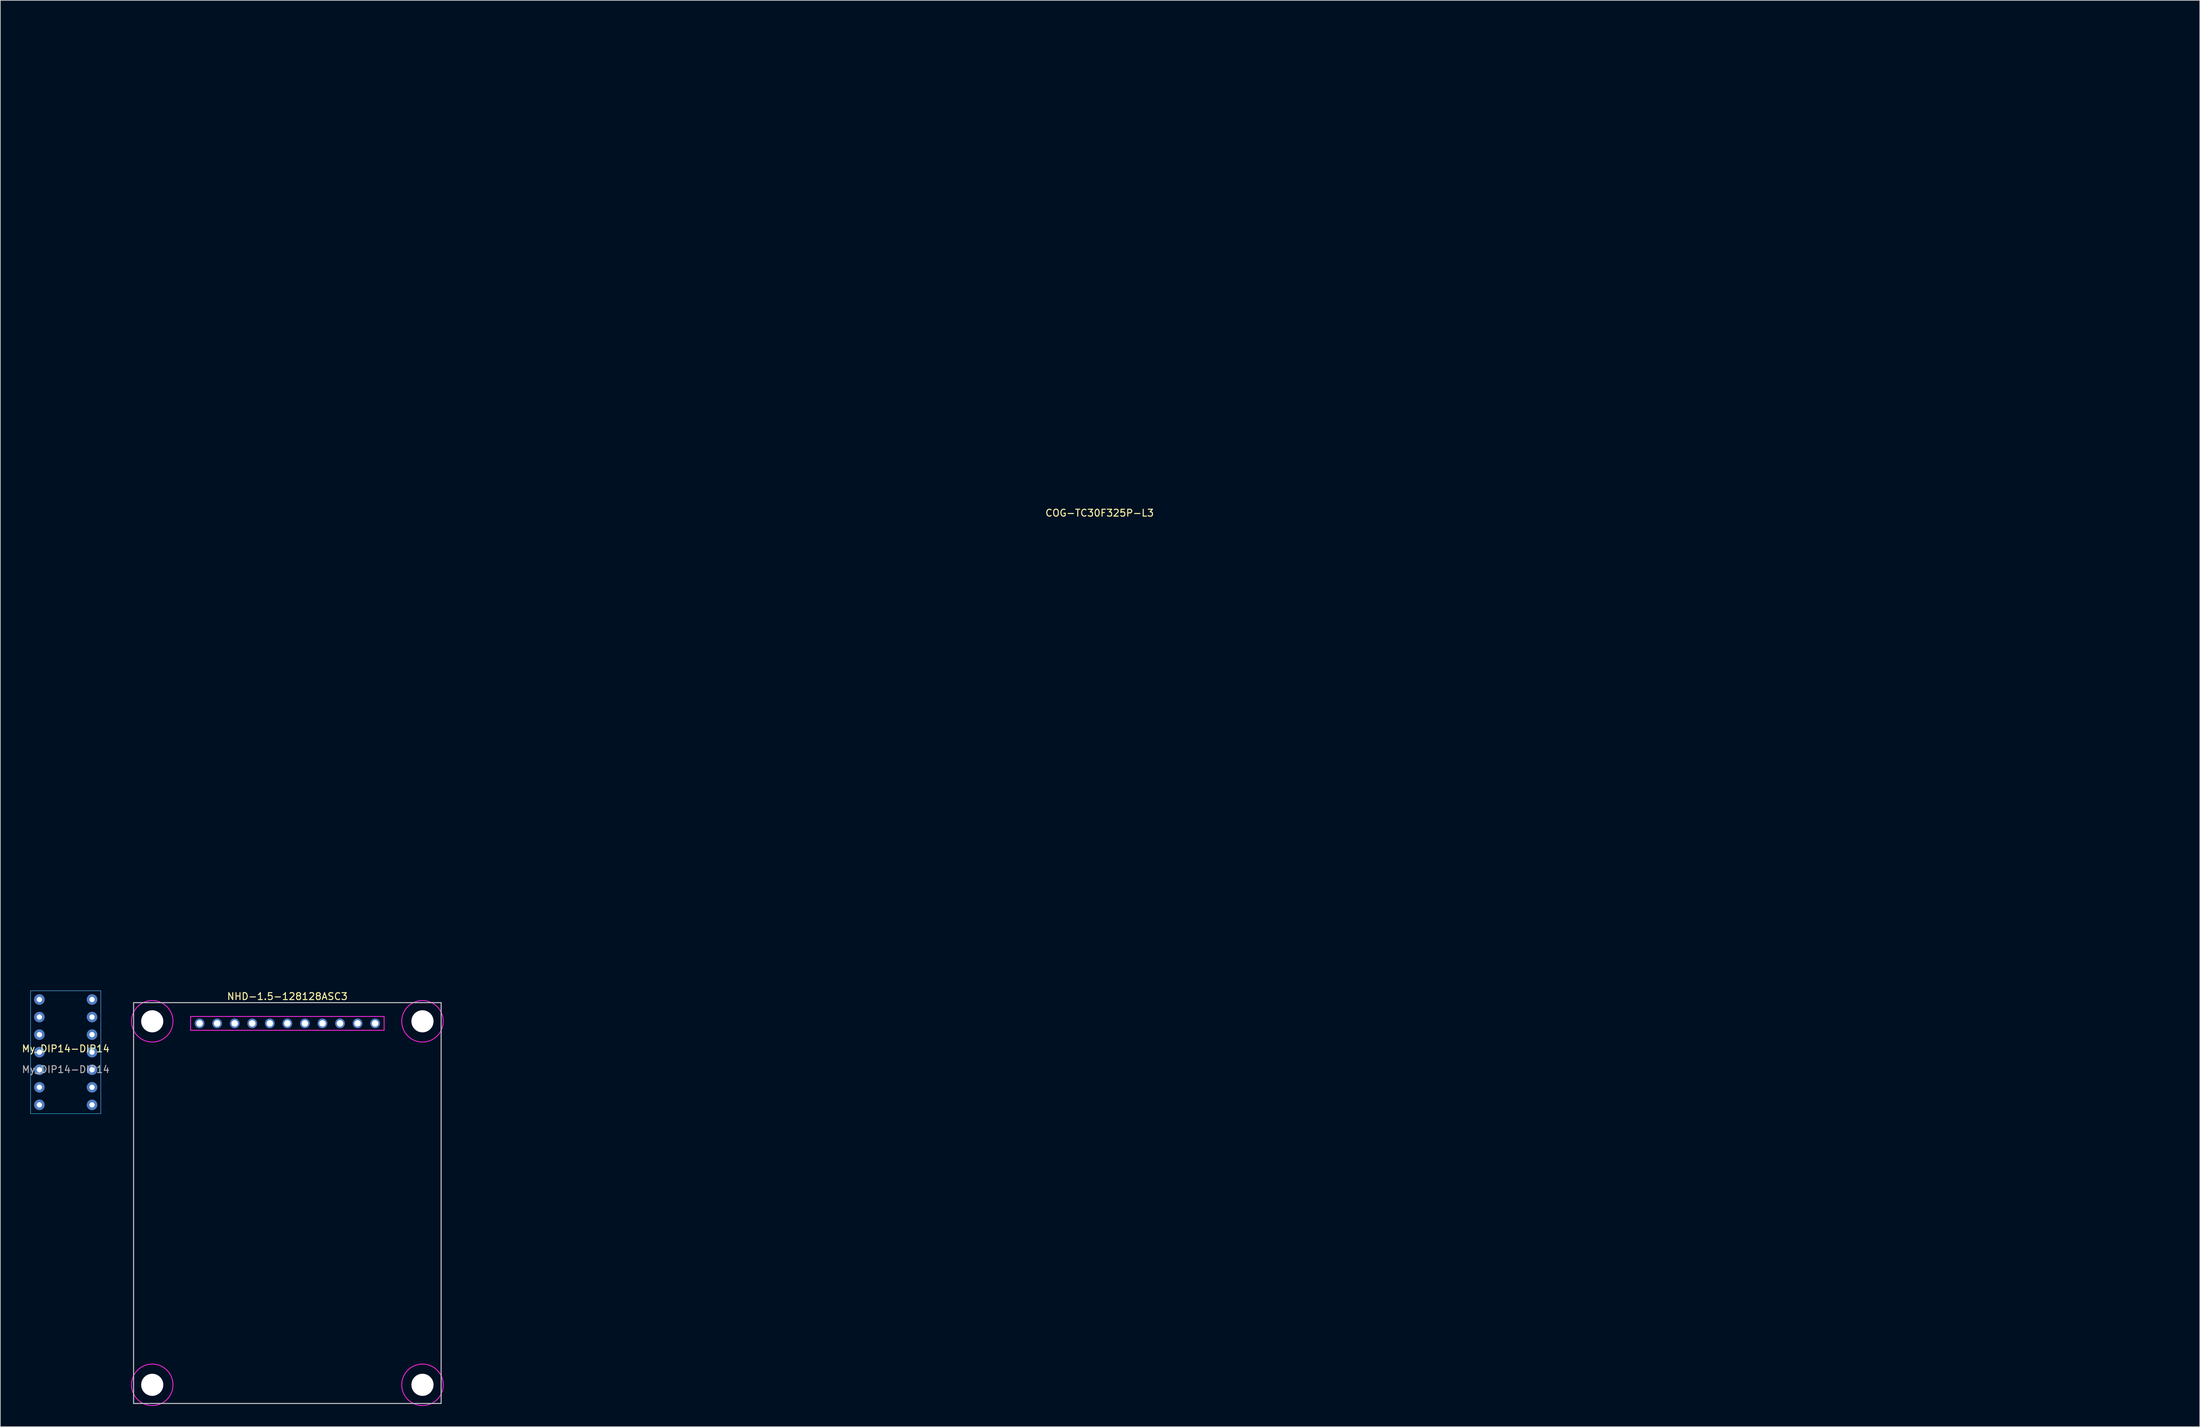
<source format=kicad_pcb>
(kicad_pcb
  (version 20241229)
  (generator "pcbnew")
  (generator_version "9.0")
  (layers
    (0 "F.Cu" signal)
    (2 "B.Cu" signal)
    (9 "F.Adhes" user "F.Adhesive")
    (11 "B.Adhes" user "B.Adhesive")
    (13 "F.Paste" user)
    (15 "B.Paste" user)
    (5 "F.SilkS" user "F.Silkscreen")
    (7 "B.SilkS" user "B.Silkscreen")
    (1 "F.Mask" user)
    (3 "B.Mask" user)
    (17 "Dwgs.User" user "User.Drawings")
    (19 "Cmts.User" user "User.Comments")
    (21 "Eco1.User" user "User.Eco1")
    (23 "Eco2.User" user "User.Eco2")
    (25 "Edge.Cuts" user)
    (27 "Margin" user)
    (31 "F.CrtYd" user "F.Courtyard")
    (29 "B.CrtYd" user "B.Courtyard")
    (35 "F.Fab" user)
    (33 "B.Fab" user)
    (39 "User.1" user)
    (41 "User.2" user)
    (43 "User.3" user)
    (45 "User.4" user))
  (footprint "My_DIP14-DIP14"
    (layer "F.Cu")
    (at 6.458 149.199)
    (property "Reference" "My_DIP14-DIP14" (at 0 -0.5 0) (unlocked yes) (layer "F.SilkS") (effects (font (size 1 1) (thickness 0.15))))
    (attr through_hole)
    (fp_line (start -5.08 -8.89) (end -5.08 8.89) (stroke (width 0.05) (type solid)) (layer "B.CrtYd"))
    (fp_line (start -5.08 -8.89) (end 5.08 -8.89) (stroke (width 0.05) (type solid)) (layer "B.CrtYd"))
    (fp_line (start -5.08 8.89) (end 5.08 8.89) (stroke (width 0.05) (type solid)) (layer "B.CrtYd"))
    (fp_line (start 5.08 8.89) (end 5.08 -8.89) (stroke (width 0.05) (type solid)) (layer "B.CrtYd"))
    (fp_line (start -5.08 -8.89) (end 5.08 -8.89) (stroke (width 0.05) (type solid)) (layer "F.CrtYd"))
    (fp_line (start -5.08 8.89) (end -5.08 -8.89) (stroke (width 0.05) (type solid)) (layer "F.CrtYd"))
    (fp_line (start 5.08 -8.89) (end 5.08 8.89) (stroke (width 0.05) (type solid)) (layer "F.CrtYd"))
    (fp_line (start 5.08 8.89) (end -5.08 8.89) (stroke (width 0.05) (type solid)) (layer "F.CrtYd"))
    (fp_text user "${REFERENCE}" (at 0 2.5 0) (unlocked yes) (layer "F.Fab") (effects (font (size 1 1) (thickness 0.15))))
    (pad "1" thru_hole circle (at -3.81 -7.62) (size 1.524 1.524) (drill 0.762) (layers "*.Cu" "*.Mask"))
    (pad "2" thru_hole circle (at -3.81 -5.08) (size 1.524 1.524) (drill 0.762) (layers "*.Cu" "*.Mask"))
    (pad "3" thru_hole circle (at -3.81 -2.54) (size 1.524 1.524) (drill 0.762) (layers "*.Cu" "*.Mask"))
    (pad "4" thru_hole circle (at -3.81 0) (size 1.524 1.524) (drill 0.762) (layers "*.Cu" "*.Mask"))
    (pad "5" thru_hole circle (at -3.81 2.54) (size 1.524 1.524) (drill 0.762) (layers "*.Cu" "*.Mask"))
    (pad "6" thru_hole circle (at -3.81 5.08) (size 1.524 1.524) (drill 0.762) (layers "*.Cu" "*.Mask"))
    (pad "7" thru_hole circle (at -3.81 7.62) (size 1.524 1.524) (drill 0.762) (layers "*.Cu" "*.Mask"))
    (pad "8" thru_hole circle (at 3.81 7.62) (size 1.524 1.524) (drill 0.762) (layers "*.Cu" "*.Mask"))
    (pad "9" thru_hole circle (at 3.81 5.08) (size 1.524 1.524) (drill 0.762) (layers "*.Cu" "*.Mask"))
    (pad "10" thru_hole circle (at 3.81 2.54) (size 1.524 1.524) (drill 0.762) (layers "*.Cu" "*.Mask"))
    (pad "11" thru_hole circle (at 3.81 0) (size 1.524 1.524) (drill 0.762) (layers "*.Cu" "*.Mask"))
    (pad "12" thru_hole circle (at 3.81 -2.54) (size 1.524 1.524) (drill 0.762) (layers "*.Cu" "*.Mask"))
    (pad "13" thru_hole circle (at 3.81 -5.08) (size 1.524 1.524) (drill 0.762) (layers "*.Cu" "*.Mask"))
    (pad "14" thru_hole circle (at 3.81 -7.62) (size 1.524 1.524) (drill 0.762) (layers "*.Cu" "*.Mask")))
  (footprint "NHD-1.5-128128ASC3"
    (layer "F.Cu")
    (at 38.527 171.032)
    (property "Reference" "NHD-1.5-128128ASC3" (at 0 -29.9 0) (layer "F.SilkS") (effects (font (size 1 1) (thickness 0.15))))
    (attr exclude_from_pos_files exclude_from_bom)
    (fp_line (start -22.25 -29) (end 22.25 -29) (stroke (width 0.15) (type solid)) (layer "Dwgs.User"))
    (fp_line (start -22.25 29) (end -22.25 -29) (stroke (width 0.15) (type solid)) (layer "Dwgs.User"))
    (fp_line (start 22.25 -29) (end 22.25 29) (stroke (width 0.15) (type solid)) (layer "Dwgs.User"))
    (fp_line (start 22.25 29) (end -22.25 29) (stroke (width 0.15) (type solid)) (layer "Dwgs.User"))
    (fp_line (start -14 -27) (end -14 -25) (stroke (width 0.12) (type solid)) (layer "F.CrtYd"))
    (fp_line (start -14 -25) (end 14 -25) (stroke (width 0.12) (type solid)) (layer "F.CrtYd"))
    (fp_line (start 14 -27) (end -14 -27) (stroke (width 0.12) (type solid)) (layer "F.CrtYd"))
    (fp_line (start 14 -25) (end 14 -27) (stroke (width 0.12) (type solid)) (layer "F.CrtYd"))
    (fp_circle (center -19.55 -26.3) (end -16.55 -26.3) (stroke (width 0.12) (type solid)) (fill no) (layer "F.CrtYd"))
    (fp_circle (center -19.55 26.3) (end -16.55 26.3) (stroke (width 0.12) (type solid)) (fill no) (layer "F.CrtYd"))
    (fp_circle (center 19.55 -26.3) (end 22.55 -26.3) (stroke (width 0.12) (type solid)) (fill no) (layer "F.CrtYd"))
    (fp_circle (center 19.55 26.3) (end 22.55 26.3) (stroke (width 0.12) (type solid)) (fill no) (layer "F.CrtYd"))
    (pad "" np_thru_hole circle (at -19.55 -26.3) (size 3.2 3.2) (drill 3.2) (layers "*.Cu" "*.Mask"))
    (pad "" np_thru_hole circle (at -19.55 26.3) (size 3.2 3.2) (drill 3.2) (layers "*.Cu" "*.Mask"))
    (pad "" np_thru_hole circle (at 19.55 -26.3) (size 3.2 3.2) (drill 3.2) (layers "*.Cu" "*.Mask"))
    (pad "" np_thru_hole circle (at 19.55 26.3) (size 3.2 3.2) (drill 3.2) (layers "*.Cu" "*.Mask"))
    (pad "1" thru_hole circle (at -12.7 -26) (size 1.41 1.41) (drill 0.94) (layers "*.Cu" "*.Mask"))
    (pad "2" thru_hole circle (at -10.16 -26) (size 1.41 1.41) (drill 0.94) (layers "*.Cu" "*.Mask"))
    (pad "3" thru_hole circle (at -7.62 -26) (size 1.41 1.41) (drill 0.94) (layers "*.Cu" "*.Mask"))
    (pad "4" thru_hole circle (at -5.08 -26) (size 1.41 1.41) (drill 0.94) (layers "*.Cu" "*.Mask"))
    (pad "5" thru_hole circle (at -2.54 -26) (size 1.41 1.41) (drill 0.94) (layers "*.Cu" "*.Mask"))
    (pad "6" thru_hole circle (at 0 -26) (size 1.41 1.41) (drill 0.94) (layers "*.Cu" "*.Mask"))
    (pad "7" thru_hole circle (at 2.54 -26) (size 1.41 1.41) (drill 0.94) (layers "*.Cu" "*.Mask"))
    (pad "8" thru_hole circle (at 5.08 -26) (size 1.41 1.41) (drill 0.94) (layers "*.Cu" "*.Mask"))
    (pad "9" thru_hole circle (at 7.62 -26) (size 1.41 1.41) (drill 0.94) (layers "*.Cu" "*.Mask"))
    (pad "10" thru_hole circle (at 10.16 -26) (size 1.41 1.41) (drill 0.94) (layers "*.Cu" "*.Mask"))
    (pad "11" thru_hole circle (at 12.7 -26) (size 1.41 1.41) (drill 0.94) (layers "*.Cu" "*.Mask")))
  (footprint "COG-TC30F325P-L3"
    (layer "F.Cu")
    (at 156.05 70.68)
    (property "Reference" "COG-TC30F325P-L3" (at 0 0.5 0) (layer "F.SilkS") (effects (font (size 1 1) (thickness 0.15))))
    (attr exclude_from_pos_files exclude_from_bom)
    (fp_line (start -153.116 -60.856) (end -153.116 65.544) (stroke (width 0.12) (type solid)) (layer "Eco2.User"))
    (fp_line (start -147.016 -55.756) (end -147.016 55.756) (stroke (width 0.12) (type solid)) (layer "Eco2.User"))
    (fp_line (start -147.016 -55.756) (end 147.016 -55.756) (stroke (width 0.12) (type solid)) (layer "Eco2.User"))
    (fp_line (start -147.016 55.756) (end 147.016 55.756) (stroke (width 0.12) (type solid)) (layer "Eco2.User"))
    (fp_line (start -146.016 -54.756) (end 146.016 -54.756) (stroke (width 0.12) (type solid)) (layer "Eco2.User"))
    (fp_line (start -146.016 54.756) (end -146.016 -54.756) (stroke (width 0.12) (type solid)) (layer "Eco2.User"))
    (fp_line (start -146.016 54.756) (end 146.016 54.756) (stroke (width 0.12) (type solid)) (layer "Eco2.User"))
    (fp_line (start 75.116 17.744) (end 75.116 24.944) (stroke (width 0.12) (type solid)) (layer "Eco2.User"))
    (fp_line (start 92.6 9.5) (end 92.6 14) (stroke (width 0.5) (type solid)) (layer "Eco2.User"))
    (fp_line (start 92.6 14) (end 91.5 12.9) (stroke (width 0.5) (type solid)) (layer "Eco2.User"))
    (fp_line (start 93.7 12.9) (end 92.6 14) (stroke (width 0.5) (type solid)) (layer "Eco2.User"))
    (fp_line (start 110.116 17.744) (end 75.116 17.744) (stroke (width 0.12) (type solid)) (layer "Eco2.User"))
    (fp_line (start 110.116 17.744) (end 110.116 24.944) (stroke (width 0.12) (type solid)) (layer "Eco2.User"))
    (fp_line (start 110.116 24.944) (end 75.116 24.944) (stroke (width 0.12) (type solid)) (layer "Eco2.User"))
    (fp_line (start 146.016 54.756) (end 146.016 -54.756) (stroke (width 0.12) (type solid)) (layer "Eco2.User"))
    (fp_line (start 147.016 -55.756) (end 147.016 55.756) (stroke (width 0.12) (type solid)) (layer "Eco2.User"))
    (fp_line (start 155.116 -60.856) (end -153.116 -60.856) (stroke (width 0.12) (type solid)) (layer "Eco2.User"))
    (fp_line (start 155.116 -60.856) (end 155.116 65.544) (stroke (width 0.12) (type solid)) (layer "Eco2.User"))
    (fp_line (start 155.116 65.544) (end -153.116 65.544) (stroke (width 0.12) (type solid)) (layer "Eco2.User"))
    (fp_circle (center -153.116 -60.856) (end -154.116 -60.856) (stroke (width 0.12) (type solid)) (fill no) (layer "Eco2.User"))
    (fp_circle (center -153.116 65.544) (end -154.116 65.544) (stroke (width 0.12) (type solid)) (fill no) (layer "Eco2.User"))
    (fp_circle (center -147.016 -55.756) (end -148.016 -55.756) (stroke (width 0.12) (type solid)) (fill no) (layer "Eco2.User"))
    (fp_circle (center -147.016 55.756) (end -148.016 55.756) (stroke (width 0.12) (type solid)) (fill no) (layer "Eco2.User"))
    (fp_circle (center -146.016 -54.756) (end -147.016 -54.756) (stroke (width 0.12) (type solid)) (fill no) (layer "Eco2.User"))
    (fp_circle (center -146.016 54.756) (end -147.016 54.756) (stroke (width 0.12) (type solid)) (fill no) (layer "Eco2.User"))
    (fp_circle (center -140.884 -41.456) (end -139.384 -41.456) (stroke (width 0.2) (type solid)) (fill no) (layer "Eco2.User"))
    (fp_circle (center -140.884 38.544) (end -139.384 38.544) (stroke (width 0.2) (type solid)) (fill no) (layer "Eco2.User"))
    (fp_circle (center 0 0) (end -1 0) (stroke (width 0.12) (type solid)) (fill no) (layer "Eco2.User"))
    (fp_circle (center 1.116 -1.456) (end 2.616 -1.456) (stroke (width 0.2) (type solid)) (fill no) (layer "Eco2.User"))
    (fp_circle (center 75.116 17.744) (end 76.116 17.744) (stroke (width 0.12) (type solid)) (fill no) (layer "Eco2.User"))
    (fp_circle (center 75.116 24.944) (end 76.116 24.944) (stroke (width 0.12) (type solid)) (fill no) (layer "Eco2.User"))
    (fp_circle (center 92.616 17.744) (end 93.616 17.744) (stroke (width 0.12) (type solid)) (fill no) (layer "Eco2.User"))
    (fp_circle (center 110.116 17.744) (end 111.116 17.744) (stroke (width 0.12) (type solid)) (fill no) (layer "Eco2.User"))
    (fp_circle (center 110.116 24.944) (end 111.116 24.944) (stroke (width 0.12) (type solid)) (fill no) (layer "Eco2.User"))
    (fp_circle (center 143.116 -41.456) (end 144.616 -41.456) (stroke (width 0.2) (type solid)) (fill no) (layer "Eco2.User"))
    (fp_circle (center 143.116 38.544) (end 144.616 38.544) (stroke (width 0.2) (type solid)) (fill no) (layer "Eco2.User"))
    (fp_circle (center 146.016 -54.756) (end 145.016 -54.756) (stroke (width 0.12) (type solid)) (fill no) (layer "Eco2.User"))
    (fp_circle (center 146.016 54.756) (end 145.016 54.756) (stroke (width 0.12) (type solid)) (fill no) (layer "Eco2.User"))
    (fp_circle (center 147.016 -55.756) (end 146.016 -55.756) (stroke (width 0.12) (type solid)) (fill no) (layer "Eco2.User"))
    (fp_circle (center 147.016 55.756) (end 146.016 55.756) (stroke (width 0.12) (type solid)) (fill no) (layer "Eco2.User"))
    (fp_circle (center 155.116 -60.856) (end 154.116 -60.856) (stroke (width 0.12) (type solid)) (fill no) (layer "Eco2.User"))
    (fp_circle (center 155.116 65.544) (end 154.116 65.544) (stroke (width 0.12) (type solid)) (fill no) (layer "Eco2.User"))
    (fp_poly (pts (xy -156 -48) (xy -149 -48) (xy -149 -59) (xy -156 -59)) (stroke (width 0.1) (type solid)) (fill no) (layer "Eco2.User"))
    (fp_text user "60" (at 107.6 26.8 0) (layer "Eco2.User") (effects (font (size 1 1) (thickness 0.15))))
    (fp_text user "VIEW from BACK" (at 0 -66 0) (layer "Eco2.User") (effects (font (size 5 5) (thickness 1))))
    (fp_text user "1" (at 77.2 26.7 0) (layer "Eco2.User") (effects (font (size 2 2) (thickness 0.5))))
    (fp_text user "FPC" (at 92.6 5.2 0) (layer "Eco2.User") (effects (font (size 5 5) (thickness 1)))))
  (gr_rect
    (start -3 -3)
    (end 315.226 203.392)
    (stroke (width 0.1) (type default))
    (fill no)
    (layer "Edge.Cuts")))
</source>
